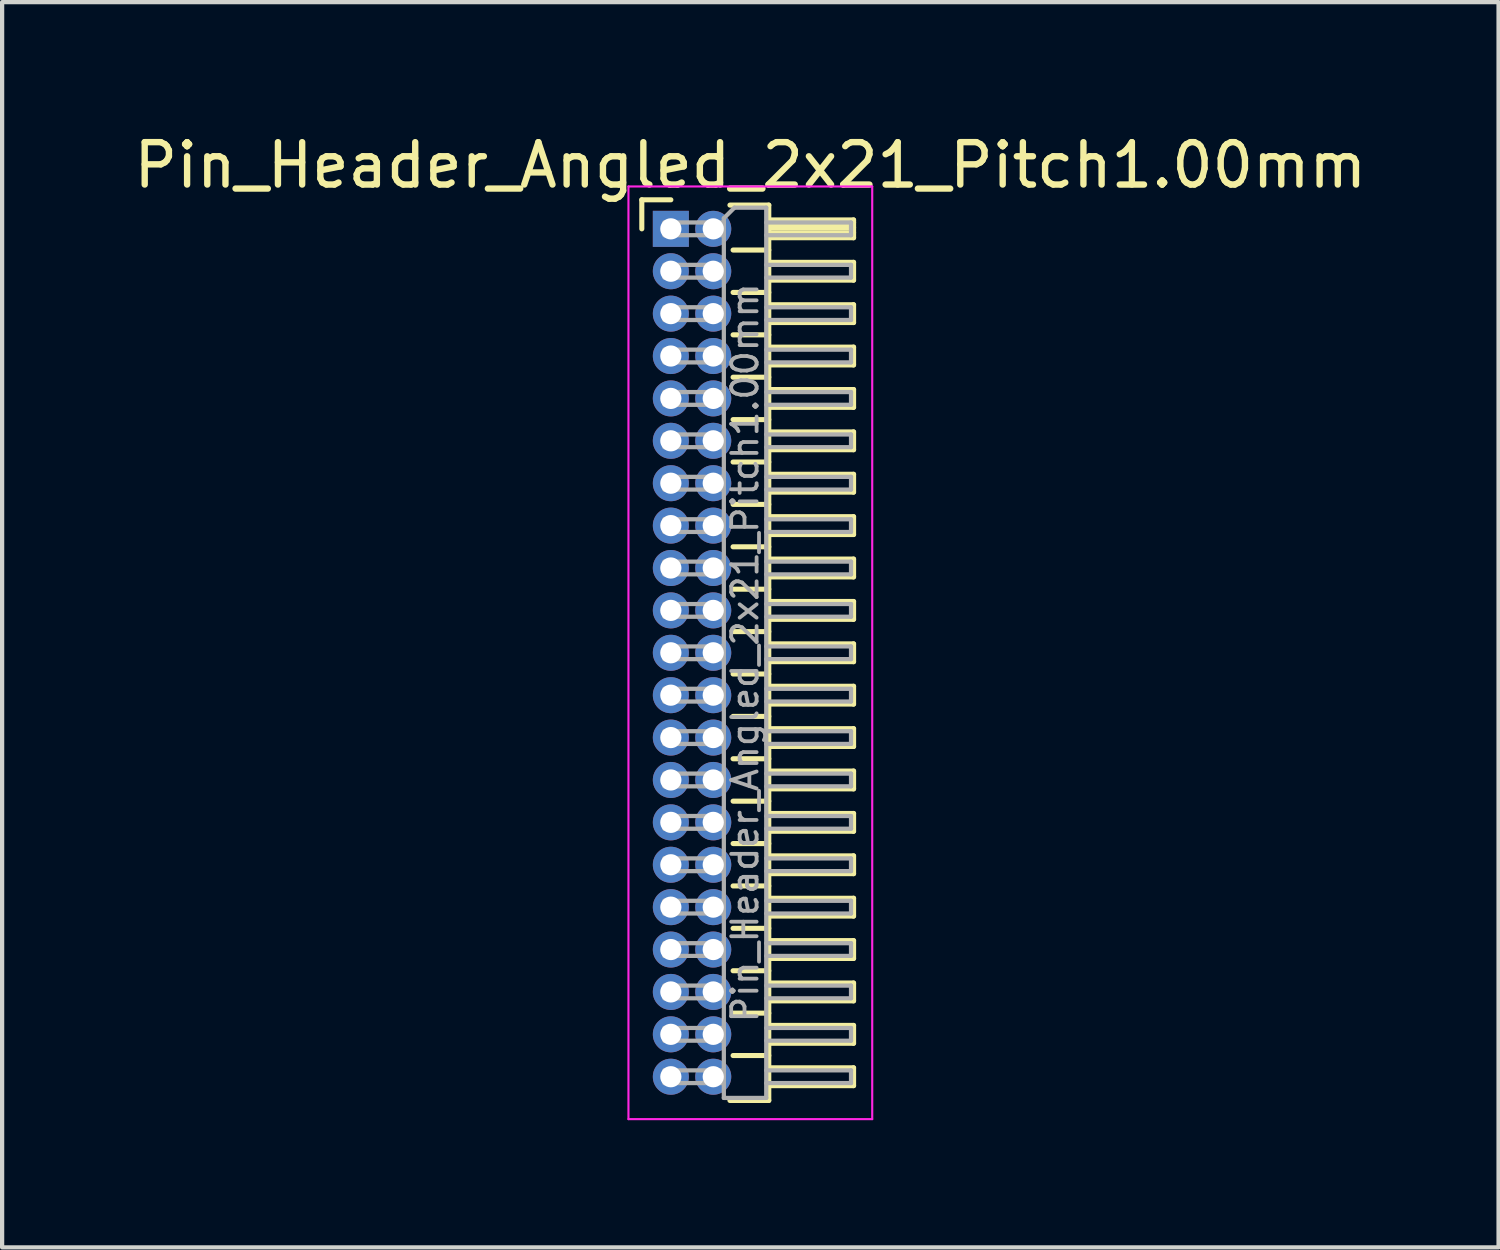
<source format=kicad_pcb>
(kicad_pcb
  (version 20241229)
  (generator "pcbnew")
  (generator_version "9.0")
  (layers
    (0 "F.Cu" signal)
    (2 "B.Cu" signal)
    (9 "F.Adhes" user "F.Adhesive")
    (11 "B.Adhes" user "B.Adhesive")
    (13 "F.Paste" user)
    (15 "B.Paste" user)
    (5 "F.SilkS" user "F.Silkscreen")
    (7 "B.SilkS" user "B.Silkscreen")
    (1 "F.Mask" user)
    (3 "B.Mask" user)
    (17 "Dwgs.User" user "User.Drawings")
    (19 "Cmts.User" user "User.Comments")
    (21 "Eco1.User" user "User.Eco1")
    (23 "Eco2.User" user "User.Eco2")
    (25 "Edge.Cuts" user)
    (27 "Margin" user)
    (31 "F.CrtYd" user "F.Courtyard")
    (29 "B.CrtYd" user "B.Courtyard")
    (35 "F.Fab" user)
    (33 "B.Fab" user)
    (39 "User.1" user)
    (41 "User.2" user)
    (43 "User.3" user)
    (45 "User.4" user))
  (footprint "Pin_Header_Angled_2x21_Pitch1.00mm"
    (layer "F.Cu")
    (at 12.774 2.348)
    (property "Reference" "Pin_Header_Angled_2x21_Pitch1.00mm" (at 1.875 -1.5 0) (layer "F.SilkS") (effects (font (size 1 1) (thickness 0.15))))
    (attr through_hole)
    (fp_line (start -0.685 -0.685) (end 0 -0.685) (stroke (width 0.12) (type solid)) (layer "F.SilkS"))
    (fp_line (start -0.685 0) (end -0.685 -0.685) (stroke (width 0.12) (type solid)) (layer "F.SilkS"))
    (fp_line (start 1.394 -0.56) (end 2.31 -0.56) (stroke (width 0.12) (type solid)) (layer "F.SilkS"))
    (fp_line (start 1.468 0.5) (end 2.31 0.5) (stroke (width 0.12) (type solid)) (layer "F.SilkS"))
    (fp_line (start 1.468 1.5) (end 2.31 1.5) (stroke (width 0.12) (type solid)) (layer "F.SilkS"))
    (fp_line (start 1.468 2.5) (end 2.31 2.5) (stroke (width 0.12) (type solid)) (layer "F.SilkS"))
    (fp_line (start 1.468 3.5) (end 2.31 3.5) (stroke (width 0.12) (type solid)) (layer "F.SilkS"))
    (fp_line (start 1.468 4.5) (end 2.31 4.5) (stroke (width 0.12) (type solid)) (layer "F.SilkS"))
    (fp_line (start 1.468 5.5) (end 2.31 5.5) (stroke (width 0.12) (type solid)) (layer "F.SilkS"))
    (fp_line (start 1.468 6.5) (end 2.31 6.5) (stroke (width 0.12) (type solid)) (layer "F.SilkS"))
    (fp_line (start 1.468 7.5) (end 2.31 7.5) (stroke (width 0.12) (type solid)) (layer "F.SilkS"))
    (fp_line (start 1.468 8.5) (end 2.31 8.5) (stroke (width 0.12) (type solid)) (layer "F.SilkS"))
    (fp_line (start 1.468 9.5) (end 2.31 9.5) (stroke (width 0.12) (type solid)) (layer "F.SilkS"))
    (fp_line (start 1.468 10.5) (end 2.31 10.5) (stroke (width 0.12) (type solid)) (layer "F.SilkS"))
    (fp_line (start 1.468 11.5) (end 2.31 11.5) (stroke (width 0.12) (type solid)) (layer "F.SilkS"))
    (fp_line (start 1.468 12.5) (end 2.31 12.5) (stroke (width 0.12) (type solid)) (layer "F.SilkS"))
    (fp_line (start 1.468 13.5) (end 2.31 13.5) (stroke (width 0.12) (type solid)) (layer "F.SilkS"))
    (fp_line (start 1.468 14.5) (end 2.31 14.5) (stroke (width 0.12) (type solid)) (layer "F.SilkS"))
    (fp_line (start 1.468 15.5) (end 2.31 15.5) (stroke (width 0.12) (type solid)) (layer "F.SilkS"))
    (fp_line (start 1.468 16.5) (end 2.31 16.5) (stroke (width 0.12) (type solid)) (layer "F.SilkS"))
    (fp_line (start 1.468 17.5) (end 2.31 17.5) (stroke (width 0.12) (type solid)) (layer "F.SilkS"))
    (fp_line (start 1.468 18.5) (end 2.31 18.5) (stroke (width 0.12) (type solid)) (layer "F.SilkS"))
    (fp_line (start 1.468 19.5) (end 2.31 19.5) (stroke (width 0.12) (type solid)) (layer "F.SilkS"))
    (fp_line (start 2.31 -0.56) (end 2.31 20.56) (stroke (width 0.12) (type solid)) (layer "F.SilkS"))
    (fp_line (start 2.31 -0.21) (end 4.31 -0.21) (stroke (width 0.12) (type solid)) (layer "F.SilkS"))
    (fp_line (start 2.31 -0.15) (end 4.31 -0.15) (stroke (width 0.12) (type solid)) (layer "F.SilkS"))
    (fp_line (start 2.31 -0.03) (end 4.31 -0.03) (stroke (width 0.12) (type solid)) (layer "F.SilkS"))
    (fp_line (start 2.31 0.09) (end 4.31 0.09) (stroke (width 0.12) (type solid)) (layer "F.SilkS"))
    (fp_line (start 2.31 0.79) (end 4.31 0.79) (stroke (width 0.12) (type solid)) (layer "F.SilkS"))
    (fp_line (start 2.31 1.79) (end 4.31 1.79) (stroke (width 0.12) (type solid)) (layer "F.SilkS"))
    (fp_line (start 2.31 2.79) (end 4.31 2.79) (stroke (width 0.12) (type solid)) (layer "F.SilkS"))
    (fp_line (start 2.31 3.79) (end 4.31 3.79) (stroke (width 0.12) (type solid)) (layer "F.SilkS"))
    (fp_line (start 2.31 4.79) (end 4.31 4.79) (stroke (width 0.12) (type solid)) (layer "F.SilkS"))
    (fp_line (start 2.31 5.79) (end 4.31 5.79) (stroke (width 0.12) (type solid)) (layer "F.SilkS"))
    (fp_line (start 2.31 6.79) (end 4.31 6.79) (stroke (width 0.12) (type solid)) (layer "F.SilkS"))
    (fp_line (start 2.31 7.79) (end 4.31 7.79) (stroke (width 0.12) (type solid)) (layer "F.SilkS"))
    (fp_line (start 2.31 8.79) (end 4.31 8.79) (stroke (width 0.12) (type solid)) (layer "F.SilkS"))
    (fp_line (start 2.31 9.79) (end 4.31 9.79) (stroke (width 0.12) (type solid)) (layer "F.SilkS"))
    (fp_line (start 2.31 10.79) (end 4.31 10.79) (stroke (width 0.12) (type solid)) (layer "F.SilkS"))
    (fp_line (start 2.31 11.79) (end 4.31 11.79) (stroke (width 0.12) (type solid)) (layer "F.SilkS"))
    (fp_line (start 2.31 12.79) (end 4.31 12.79) (stroke (width 0.12) (type solid)) (layer "F.SilkS"))
    (fp_line (start 2.31 13.79) (end 4.31 13.79) (stroke (width 0.12) (type solid)) (layer "F.SilkS"))
    (fp_line (start 2.31 14.79) (end 4.31 14.79) (stroke (width 0.12) (type solid)) (layer "F.SilkS"))
    (fp_line (start 2.31 15.79) (end 4.31 15.79) (stroke (width 0.12) (type solid)) (layer "F.SilkS"))
    (fp_line (start 2.31 16.79) (end 4.31 16.79) (stroke (width 0.12) (type solid)) (layer "F.SilkS"))
    (fp_line (start 2.31 17.79) (end 4.31 17.79) (stroke (width 0.12) (type solid)) (layer "F.SilkS"))
    (fp_line (start 2.31 18.79) (end 4.31 18.79) (stroke (width 0.12) (type solid)) (layer "F.SilkS"))
    (fp_line (start 2.31 19.79) (end 4.31 19.79) (stroke (width 0.12) (type solid)) (layer "F.SilkS"))
    (fp_line (start 2.31 20.56) (end 1.394 20.56) (stroke (width 0.12) (type solid)) (layer "F.SilkS"))
    (fp_line (start 4.31 -0.21) (end 4.31 0.21) (stroke (width 0.12) (type solid)) (layer "F.SilkS"))
    (fp_line (start 4.31 0.21) (end 2.31 0.21) (stroke (width 0.12) (type solid)) (layer "F.SilkS"))
    (fp_line (start 4.31 0.79) (end 4.31 1.21) (stroke (width 0.12) (type solid)) (layer "F.SilkS"))
    (fp_line (start 4.31 1.21) (end 2.31 1.21) (stroke (width 0.12) (type solid)) (layer "F.SilkS"))
    (fp_line (start 4.31 1.79) (end 4.31 2.21) (stroke (width 0.12) (type solid)) (layer "F.SilkS"))
    (fp_line (start 4.31 2.21) (end 2.31 2.21) (stroke (width 0.12) (type solid)) (layer "F.SilkS"))
    (fp_line (start 4.31 2.79) (end 4.31 3.21) (stroke (width 0.12) (type solid)) (layer "F.SilkS"))
    (fp_line (start 4.31 3.21) (end 2.31 3.21) (stroke (width 0.12) (type solid)) (layer "F.SilkS"))
    (fp_line (start 4.31 3.79) (end 4.31 4.21) (stroke (width 0.12) (type solid)) (layer "F.SilkS"))
    (fp_line (start 4.31 4.21) (end 2.31 4.21) (stroke (width 0.12) (type solid)) (layer "F.SilkS"))
    (fp_line (start 4.31 4.79) (end 4.31 5.21) (stroke (width 0.12) (type solid)) (layer "F.SilkS"))
    (fp_line (start 4.31 5.21) (end 2.31 5.21) (stroke (width 0.12) (type solid)) (layer "F.SilkS"))
    (fp_line (start 4.31 5.79) (end 4.31 6.21) (stroke (width 0.12) (type solid)) (layer "F.SilkS"))
    (fp_line (start 4.31 6.21) (end 2.31 6.21) (stroke (width 0.12) (type solid)) (layer "F.SilkS"))
    (fp_line (start 4.31 6.79) (end 4.31 7.21) (stroke (width 0.12) (type solid)) (layer "F.SilkS"))
    (fp_line (start 4.31 7.21) (end 2.31 7.21) (stroke (width 0.12) (type solid)) (layer "F.SilkS"))
    (fp_line (start 4.31 7.79) (end 4.31 8.21) (stroke (width 0.12) (type solid)) (layer "F.SilkS"))
    (fp_line (start 4.31 8.21) (end 2.31 8.21) (stroke (width 0.12) (type solid)) (layer "F.SilkS"))
    (fp_line (start 4.31 8.79) (end 4.31 9.21) (stroke (width 0.12) (type solid)) (layer "F.SilkS"))
    (fp_line (start 4.31 9.21) (end 2.31 9.21) (stroke (width 0.12) (type solid)) (layer "F.SilkS"))
    (fp_line (start 4.31 9.79) (end 4.31 10.21) (stroke (width 0.12) (type solid)) (layer "F.SilkS"))
    (fp_line (start 4.31 10.21) (end 2.31 10.21) (stroke (width 0.12) (type solid)) (layer "F.SilkS"))
    (fp_line (start 4.31 10.79) (end 4.31 11.21) (stroke (width 0.12) (type solid)) (layer "F.SilkS"))
    (fp_line (start 4.31 11.21) (end 2.31 11.21) (stroke (width 0.12) (type solid)) (layer "F.SilkS"))
    (fp_line (start 4.31 11.79) (end 4.31 12.21) (stroke (width 0.12) (type solid)) (layer "F.SilkS"))
    (fp_line (start 4.31 12.21) (end 2.31 12.21) (stroke (width 0.12) (type solid)) (layer "F.SilkS"))
    (fp_line (start 4.31 12.79) (end 4.31 13.21) (stroke (width 0.12) (type solid)) (layer "F.SilkS"))
    (fp_line (start 4.31 13.21) (end 2.31 13.21) (stroke (width 0.12) (type solid)) (layer "F.SilkS"))
    (fp_line (start 4.31 13.79) (end 4.31 14.21) (stroke (width 0.12) (type solid)) (layer "F.SilkS"))
    (fp_line (start 4.31 14.21) (end 2.31 14.21) (stroke (width 0.12) (type solid)) (layer "F.SilkS"))
    (fp_line (start 4.31 14.79) (end 4.31 15.21) (stroke (width 0.12) (type solid)) (layer "F.SilkS"))
    (fp_line (start 4.31 15.21) (end 2.31 15.21) (stroke (width 0.12) (type solid)) (layer "F.SilkS"))
    (fp_line (start 4.31 15.79) (end 4.31 16.21) (stroke (width 0.12) (type solid)) (layer "F.SilkS"))
    (fp_line (start 4.31 16.21) (end 2.31 16.21) (stroke (width 0.12) (type solid)) (layer "F.SilkS"))
    (fp_line (start 4.31 16.79) (end 4.31 17.21) (stroke (width 0.12) (type solid)) (layer "F.SilkS"))
    (fp_line (start 4.31 17.21) (end 2.31 17.21) (stroke (width 0.12) (type solid)) (layer "F.SilkS"))
    (fp_line (start 4.31 17.79) (end 4.31 18.21) (stroke (width 0.12) (type solid)) (layer "F.SilkS"))
    (fp_line (start 4.31 18.21) (end 2.31 18.21) (stroke (width 0.12) (type solid)) (layer "F.SilkS"))
    (fp_line (start 4.31 18.79) (end 4.31 19.21) (stroke (width 0.12) (type solid)) (layer "F.SilkS"))
    (fp_line (start 4.31 19.21) (end 2.31 19.21) (stroke (width 0.12) (type solid)) (layer "F.SilkS"))
    (fp_line (start 4.31 19.79) (end 4.31 20.21) (stroke (width 0.12) (type solid)) (layer "F.SilkS"))
    (fp_line (start 4.31 20.21) (end 2.31 20.21) (stroke (width 0.12) (type solid)) (layer "F.SilkS"))
    (fp_line (start -1 -1) (end -1 21) (stroke (width 0.05) (type solid)) (layer "F.CrtYd"))
    (fp_line (start -1 21) (end 4.75 21) (stroke (width 0.05) (type solid)) (layer "F.CrtYd"))
    (fp_line (start 4.75 -1) (end -1 -1) (stroke (width 0.05) (type solid)) (layer "F.CrtYd"))
    (fp_line (start 4.75 21) (end 4.75 -1) (stroke (width 0.05) (type solid)) (layer "F.CrtYd"))
    (fp_line (start -0.15 -0.15) (end -0.15 0.15) (stroke (width 0.1) (type solid)) (layer "F.Fab"))
    (fp_line (start -0.15 -0.15) (end 1.25 -0.15) (stroke (width 0.1) (type solid)) (layer "F.Fab"))
    (fp_line (start -0.15 0.15) (end 1.25 0.15) (stroke (width 0.1) (type solid)) (layer "F.Fab"))
    (fp_line (start -0.15 0.85) (end -0.15 1.15) (stroke (width 0.1) (type solid)) (layer "F.Fab"))
    (fp_line (start -0.15 0.85) (end 1.25 0.85) (stroke (width 0.1) (type solid)) (layer "F.Fab"))
    (fp_line (start -0.15 1.15) (end 1.25 1.15) (stroke (width 0.1) (type solid)) (layer "F.Fab"))
    (fp_line (start -0.15 1.85) (end -0.15 2.15) (stroke (width 0.1) (type solid)) (layer "F.Fab"))
    (fp_line (start -0.15 1.85) (end 1.25 1.85) (stroke (width 0.1) (type solid)) (layer "F.Fab"))
    (fp_line (start -0.15 2.15) (end 1.25 2.15) (stroke (width 0.1) (type solid)) (layer "F.Fab"))
    (fp_line (start -0.15 2.85) (end -0.15 3.15) (stroke (width 0.1) (type solid)) (layer "F.Fab"))
    (fp_line (start -0.15 2.85) (end 1.25 2.85) (stroke (width 0.1) (type solid)) (layer "F.Fab"))
    (fp_line (start -0.15 3.15) (end 1.25 3.15) (stroke (width 0.1) (type solid)) (layer "F.Fab"))
    (fp_line (start -0.15 3.85) (end -0.15 4.15) (stroke (width 0.1) (type solid)) (layer "F.Fab"))
    (fp_line (start -0.15 3.85) (end 1.25 3.85) (stroke (width 0.1) (type solid)) (layer "F.Fab"))
    (fp_line (start -0.15 4.15) (end 1.25 4.15) (stroke (width 0.1) (type solid)) (layer "F.Fab"))
    (fp_line (start -0.15 4.85) (end -0.15 5.15) (stroke (width 0.1) (type solid)) (layer "F.Fab"))
    (fp_line (start -0.15 4.85) (end 1.25 4.85) (stroke (width 0.1) (type solid)) (layer "F.Fab"))
    (fp_line (start -0.15 5.15) (end 1.25 5.15) (stroke (width 0.1) (type solid)) (layer "F.Fab"))
    (fp_line (start -0.15 5.85) (end -0.15 6.15) (stroke (width 0.1) (type solid)) (layer "F.Fab"))
    (fp_line (start -0.15 5.85) (end 1.25 5.85) (stroke (width 0.1) (type solid)) (layer "F.Fab"))
    (fp_line (start -0.15 6.15) (end 1.25 6.15) (stroke (width 0.1) (type solid)) (layer "F.Fab"))
    (fp_line (start -0.15 6.85) (end -0.15 7.15) (stroke (width 0.1) (type solid)) (layer "F.Fab"))
    (fp_line (start -0.15 6.85) (end 1.25 6.85) (stroke (width 0.1) (type solid)) (layer "F.Fab"))
    (fp_line (start -0.15 7.15) (end 1.25 7.15) (stroke (width 0.1) (type solid)) (layer "F.Fab"))
    (fp_line (start -0.15 7.85) (end -0.15 8.15) (stroke (width 0.1) (type solid)) (layer "F.Fab"))
    (fp_line (start -0.15 7.85) (end 1.25 7.85) (stroke (width 0.1) (type solid)) (layer "F.Fab"))
    (fp_line (start -0.15 8.15) (end 1.25 8.15) (stroke (width 0.1) (type solid)) (layer "F.Fab"))
    (fp_line (start -0.15 8.85) (end -0.15 9.15) (stroke (width 0.1) (type solid)) (layer "F.Fab"))
    (fp_line (start -0.15 8.85) (end 1.25 8.85) (stroke (width 0.1) (type solid)) (layer "F.Fab"))
    (fp_line (start -0.15 9.15) (end 1.25 9.15) (stroke (width 0.1) (type solid)) (layer "F.Fab"))
    (fp_line (start -0.15 9.85) (end -0.15 10.15) (stroke (width 0.1) (type solid)) (layer "F.Fab"))
    (fp_line (start -0.15 9.85) (end 1.25 9.85) (stroke (width 0.1) (type solid)) (layer "F.Fab"))
    (fp_line (start -0.15 10.15) (end 1.25 10.15) (stroke (width 0.1) (type solid)) (layer "F.Fab"))
    (fp_line (start -0.15 10.85) (end -0.15 11.15) (stroke (width 0.1) (type solid)) (layer "F.Fab"))
    (fp_line (start -0.15 10.85) (end 1.25 10.85) (stroke (width 0.1) (type solid)) (layer "F.Fab"))
    (fp_line (start -0.15 11.15) (end 1.25 11.15) (stroke (width 0.1) (type solid)) (layer "F.Fab"))
    (fp_line (start -0.15 11.85) (end -0.15 12.15) (stroke (width 0.1) (type solid)) (layer "F.Fab"))
    (fp_line (start -0.15 11.85) (end 1.25 11.85) (stroke (width 0.1) (type solid)) (layer "F.Fab"))
    (fp_line (start -0.15 12.15) (end 1.25 12.15) (stroke (width 0.1) (type solid)) (layer "F.Fab"))
    (fp_line (start -0.15 12.85) (end -0.15 13.15) (stroke (width 0.1) (type solid)) (layer "F.Fab"))
    (fp_line (start -0.15 12.85) (end 1.25 12.85) (stroke (width 0.1) (type solid)) (layer "F.Fab"))
    (fp_line (start -0.15 13.15) (end 1.25 13.15) (stroke (width 0.1) (type solid)) (layer "F.Fab"))
    (fp_line (start -0.15 13.85) (end -0.15 14.15) (stroke (width 0.1) (type solid)) (layer "F.Fab"))
    (fp_line (start -0.15 13.85) (end 1.25 13.85) (stroke (width 0.1) (type solid)) (layer "F.Fab"))
    (fp_line (start -0.15 14.15) (end 1.25 14.15) (stroke (width 0.1) (type solid)) (layer "F.Fab"))
    (fp_line (start -0.15 14.85) (end -0.15 15.15) (stroke (width 0.1) (type solid)) (layer "F.Fab"))
    (fp_line (start -0.15 14.85) (end 1.25 14.85) (stroke (width 0.1) (type solid)) (layer "F.Fab"))
    (fp_line (start -0.15 15.15) (end 1.25 15.15) (stroke (width 0.1) (type solid)) (layer "F.Fab"))
    (fp_line (start -0.15 15.85) (end -0.15 16.15) (stroke (width 0.1) (type solid)) (layer "F.Fab"))
    (fp_line (start -0.15 15.85) (end 1.25 15.85) (stroke (width 0.1) (type solid)) (layer "F.Fab"))
    (fp_line (start -0.15 16.15) (end 1.25 16.15) (stroke (width 0.1) (type solid)) (layer "F.Fab"))
    (fp_line (start -0.15 16.85) (end -0.15 17.15) (stroke (width 0.1) (type solid)) (layer "F.Fab"))
    (fp_line (start -0.15 16.85) (end 1.25 16.85) (stroke (width 0.1) (type solid)) (layer "F.Fab"))
    (fp_line (start -0.15 17.15) (end 1.25 17.15) (stroke (width 0.1) (type solid)) (layer "F.Fab"))
    (fp_line (start -0.15 17.85) (end -0.15 18.15) (stroke (width 0.1) (type solid)) (layer "F.Fab"))
    (fp_line (start -0.15 17.85) (end 1.25 17.85) (stroke (width 0.1) (type solid)) (layer "F.Fab"))
    (fp_line (start -0.15 18.15) (end 1.25 18.15) (stroke (width 0.1) (type solid)) (layer "F.Fab"))
    (fp_line (start -0.15 18.85) (end -0.15 19.15) (stroke (width 0.1) (type solid)) (layer "F.Fab"))
    (fp_line (start -0.15 18.85) (end 1.25 18.85) (stroke (width 0.1) (type solid)) (layer "F.Fab"))
    (fp_line (start -0.15 19.15) (end 1.25 19.15) (stroke (width 0.1) (type solid)) (layer "F.Fab"))
    (fp_line (start -0.15 19.85) (end -0.15 20.15) (stroke (width 0.1) (type solid)) (layer "F.Fab"))
    (fp_line (start -0.15 19.85) (end 1.25 19.85) (stroke (width 0.1) (type solid)) (layer "F.Fab"))
    (fp_line (start -0.15 20.15) (end 1.25 20.15) (stroke (width 0.1) (type solid)) (layer "F.Fab"))
    (fp_line (start 1.25 -0.25) (end 1.5 -0.5) (stroke (width 0.1) (type solid)) (layer "F.Fab"))
    (fp_line (start 1.25 20.5) (end 1.25 -0.25) (stroke (width 0.1) (type solid)) (layer "F.Fab"))
    (fp_line (start 1.5 -0.5) (end 2.25 -0.5) (stroke (width 0.1) (type solid)) (layer "F.Fab"))
    (fp_line (start 2.25 -0.5) (end 2.25 20.5) (stroke (width 0.1) (type solid)) (layer "F.Fab"))
    (fp_line (start 2.25 -0.15) (end 4.25 -0.15) (stroke (width 0.1) (type solid)) (layer "F.Fab"))
    (fp_line (start 2.25 0.15) (end 4.25 0.15) (stroke (width 0.1) (type solid)) (layer "F.Fab"))
    (fp_line (start 2.25 0.85) (end 4.25 0.85) (stroke (width 0.1) (type solid)) (layer "F.Fab"))
    (fp_line (start 2.25 1.15) (end 4.25 1.15) (stroke (width 0.1) (type solid)) (layer "F.Fab"))
    (fp_line (start 2.25 1.85) (end 4.25 1.85) (stroke (width 0.1) (type solid)) (layer "F.Fab"))
    (fp_line (start 2.25 2.15) (end 4.25 2.15) (stroke (width 0.1) (type solid)) (layer "F.Fab"))
    (fp_line (start 2.25 2.85) (end 4.25 2.85) (stroke (width 0.1) (type solid)) (layer "F.Fab"))
    (fp_line (start 2.25 3.15) (end 4.25 3.15) (stroke (width 0.1) (type solid)) (layer "F.Fab"))
    (fp_line (start 2.25 3.85) (end 4.25 3.85) (stroke (width 0.1) (type solid)) (layer "F.Fab"))
    (fp_line (start 2.25 4.15) (end 4.25 4.15) (stroke (width 0.1) (type solid)) (layer "F.Fab"))
    (fp_line (start 2.25 4.85) (end 4.25 4.85) (stroke (width 0.1) (type solid)) (layer "F.Fab"))
    (fp_line (start 2.25 5.15) (end 4.25 5.15) (stroke (width 0.1) (type solid)) (layer "F.Fab"))
    (fp_line (start 2.25 5.85) (end 4.25 5.85) (stroke (width 0.1) (type solid)) (layer "F.Fab"))
    (fp_line (start 2.25 6.15) (end 4.25 6.15) (stroke (width 0.1) (type solid)) (layer "F.Fab"))
    (fp_line (start 2.25 6.85) (end 4.25 6.85) (stroke (width 0.1) (type solid)) (layer "F.Fab"))
    (fp_line (start 2.25 7.15) (end 4.25 7.15) (stroke (width 0.1) (type solid)) (layer "F.Fab"))
    (fp_line (start 2.25 7.85) (end 4.25 7.85) (stroke (width 0.1) (type solid)) (layer "F.Fab"))
    (fp_line (start 2.25 8.15) (end 4.25 8.15) (stroke (width 0.1) (type solid)) (layer "F.Fab"))
    (fp_line (start 2.25 8.85) (end 4.25 8.85) (stroke (width 0.1) (type solid)) (layer "F.Fab"))
    (fp_line (start 2.25 9.15) (end 4.25 9.15) (stroke (width 0.1) (type solid)) (layer "F.Fab"))
    (fp_line (start 2.25 9.85) (end 4.25 9.85) (stroke (width 0.1) (type solid)) (layer "F.Fab"))
    (fp_line (start 2.25 10.15) (end 4.25 10.15) (stroke (width 0.1) (type solid)) (layer "F.Fab"))
    (fp_line (start 2.25 10.85) (end 4.25 10.85) (stroke (width 0.1) (type solid)) (layer "F.Fab"))
    (fp_line (start 2.25 11.15) (end 4.25 11.15) (stroke (width 0.1) (type solid)) (layer "F.Fab"))
    (fp_line (start 2.25 11.85) (end 4.25 11.85) (stroke (width 0.1) (type solid)) (layer "F.Fab"))
    (fp_line (start 2.25 12.15) (end 4.25 12.15) (stroke (width 0.1) (type solid)) (layer "F.Fab"))
    (fp_line (start 2.25 12.85) (end 4.25 12.85) (stroke (width 0.1) (type solid)) (layer "F.Fab"))
    (fp_line (start 2.25 13.15) (end 4.25 13.15) (stroke (width 0.1) (type solid)) (layer "F.Fab"))
    (fp_line (start 2.25 13.85) (end 4.25 13.85) (stroke (width 0.1) (type solid)) (layer "F.Fab"))
    (fp_line (start 2.25 14.15) (end 4.25 14.15) (stroke (width 0.1) (type solid)) (layer "F.Fab"))
    (fp_line (start 2.25 14.85) (end 4.25 14.85) (stroke (width 0.1) (type solid)) (layer "F.Fab"))
    (fp_line (start 2.25 15.15) (end 4.25 15.15) (stroke (width 0.1) (type solid)) (layer "F.Fab"))
    (fp_line (start 2.25 15.85) (end 4.25 15.85) (stroke (width 0.1) (type solid)) (layer "F.Fab"))
    (fp_line (start 2.25 16.15) (end 4.25 16.15) (stroke (width 0.1) (type solid)) (layer "F.Fab"))
    (fp_line (start 2.25 16.85) (end 4.25 16.85) (stroke (width 0.1) (type solid)) (layer "F.Fab"))
    (fp_line (start 2.25 17.15) (end 4.25 17.15) (stroke (width 0.1) (type solid)) (layer "F.Fab"))
    (fp_line (start 2.25 17.85) (end 4.25 17.85) (stroke (width 0.1) (type solid)) (layer "F.Fab"))
    (fp_line (start 2.25 18.15) (end 4.25 18.15) (stroke (width 0.1) (type solid)) (layer "F.Fab"))
    (fp_line (start 2.25 18.85) (end 4.25 18.85) (stroke (width 0.1) (type solid)) (layer "F.Fab"))
    (fp_line (start 2.25 19.15) (end 4.25 19.15) (stroke (width 0.1) (type solid)) (layer "F.Fab"))
    (fp_line (start 2.25 19.85) (end 4.25 19.85) (stroke (width 0.1) (type solid)) (layer "F.Fab"))
    (fp_line (start 2.25 20.15) (end 4.25 20.15) (stroke (width 0.1) (type solid)) (layer "F.Fab"))
    (fp_line (start 2.25 20.5) (end 1.25 20.5) (stroke (width 0.1) (type solid)) (layer "F.Fab"))
    (fp_line (start 4.25 -0.15) (end 4.25 0.15) (stroke (width 0.1) (type solid)) (layer "F.Fab"))
    (fp_line (start 4.25 0.85) (end 4.25 1.15) (stroke (width 0.1) (type solid)) (layer "F.Fab"))
    (fp_line (start 4.25 1.85) (end 4.25 2.15) (stroke (width 0.1) (type solid)) (layer "F.Fab"))
    (fp_line (start 4.25 2.85) (end 4.25 3.15) (stroke (width 0.1) (type solid)) (layer "F.Fab"))
    (fp_line (start 4.25 3.85) (end 4.25 4.15) (stroke (width 0.1) (type solid)) (layer "F.Fab"))
    (fp_line (start 4.25 4.85) (end 4.25 5.15) (stroke (width 0.1) (type solid)) (layer "F.Fab"))
    (fp_line (start 4.25 5.85) (end 4.25 6.15) (stroke (width 0.1) (type solid)) (layer "F.Fab"))
    (fp_line (start 4.25 6.85) (end 4.25 7.15) (stroke (width 0.1) (type solid)) (layer "F.Fab"))
    (fp_line (start 4.25 7.85) (end 4.25 8.15) (stroke (width 0.1) (type solid)) (layer "F.Fab"))
    (fp_line (start 4.25 8.85) (end 4.25 9.15) (stroke (width 0.1) (type solid)) (layer "F.Fab"))
    (fp_line (start 4.25 9.85) (end 4.25 10.15) (stroke (width 0.1) (type solid)) (layer "F.Fab"))
    (fp_line (start 4.25 10.85) (end 4.25 11.15) (stroke (width 0.1) (type solid)) (layer "F.Fab"))
    (fp_line (start 4.25 11.85) (end 4.25 12.15) (stroke (width 0.1) (type solid)) (layer "F.Fab"))
    (fp_line (start 4.25 12.85) (end 4.25 13.15) (stroke (width 0.1) (type solid)) (layer "F.Fab"))
    (fp_line (start 4.25 13.85) (end 4.25 14.15) (stroke (width 0.1) (type solid)) (layer "F.Fab"))
    (fp_line (start 4.25 14.85) (end 4.25 15.15) (stroke (width 0.1) (type solid)) (layer "F.Fab"))
    (fp_line (start 4.25 15.85) (end 4.25 16.15) (stroke (width 0.1) (type solid)) (layer "F.Fab"))
    (fp_line (start 4.25 16.85) (end 4.25 17.15) (stroke (width 0.1) (type solid)) (layer "F.Fab"))
    (fp_line (start 4.25 17.85) (end 4.25 18.15) (stroke (width 0.1) (type solid)) (layer "F.Fab"))
    (fp_line (start 4.25 18.85) (end 4.25 19.15) (stroke (width 0.1) (type solid)) (layer "F.Fab"))
    (fp_line (start 4.25 19.85) (end 4.25 20.15) (stroke (width 0.1) (type solid)) (layer "F.Fab"))
    (fp_text user "${REFERENCE}" (at 1.75 10 90) (layer "F.Fab") (effects (font (size 0.6 0.6) (thickness 0.09))))
    (pad "1" thru_hole rect (at 0 0) (size 0.85 0.85) (drill 0.5) (layers "*.Cu" "*.Mask"))
    (pad "2" thru_hole oval (at 1 0) (size 0.85 0.85) (drill 0.5) (layers "*.Cu" "*.Mask"))
    (pad "3" thru_hole oval (at 0 1) (size 0.85 0.85) (drill 0.5) (layers "*.Cu" "*.Mask"))
    (pad "4" thru_hole oval (at 1 1) (size 0.85 0.85) (drill 0.5) (layers "*.Cu" "*.Mask"))
    (pad "5" thru_hole oval (at 0 2) (size 0.85 0.85) (drill 0.5) (layers "*.Cu" "*.Mask"))
    (pad "6" thru_hole oval (at 1 2) (size 0.85 0.85) (drill 0.5) (layers "*.Cu" "*.Mask"))
    (pad "7" thru_hole oval (at 0 3) (size 0.85 0.85) (drill 0.5) (layers "*.Cu" "*.Mask"))
    (pad "8" thru_hole oval (at 1 3) (size 0.85 0.85) (drill 0.5) (layers "*.Cu" "*.Mask"))
    (pad "9" thru_hole oval (at 0 4) (size 0.85 0.85) (drill 0.5) (layers "*.Cu" "*.Mask"))
    (pad "10" thru_hole oval (at 1 4) (size 0.85 0.85) (drill 0.5) (layers "*.Cu" "*.Mask"))
    (pad "11" thru_hole oval (at 0 5) (size 0.85 0.85) (drill 0.5) (layers "*.Cu" "*.Mask"))
    (pad "12" thru_hole oval (at 1 5) (size 0.85 0.85) (drill 0.5) (layers "*.Cu" "*.Mask"))
    (pad "13" thru_hole oval (at 0 6) (size 0.85 0.85) (drill 0.5) (layers "*.Cu" "*.Mask"))
    (pad "14" thru_hole oval (at 1 6) (size 0.85 0.85) (drill 0.5) (layers "*.Cu" "*.Mask"))
    (pad "15" thru_hole oval (at 0 7) (size 0.85 0.85) (drill 0.5) (layers "*.Cu" "*.Mask"))
    (pad "16" thru_hole oval (at 1 7) (size 0.85 0.85) (drill 0.5) (layers "*.Cu" "*.Mask"))
    (pad "17" thru_hole oval (at 0 8) (size 0.85 0.85) (drill 0.5) (layers "*.Cu" "*.Mask"))
    (pad "18" thru_hole oval (at 1 8) (size 0.85 0.85) (drill 0.5) (layers "*.Cu" "*.Mask"))
    (pad "19" thru_hole oval (at 0 9) (size 0.85 0.85) (drill 0.5) (layers "*.Cu" "*.Mask"))
    (pad "20" thru_hole oval (at 1 9) (size 0.85 0.85) (drill 0.5) (layers "*.Cu" "*.Mask"))
    (pad "21" thru_hole oval (at 0 10) (size 0.85 0.85) (drill 0.5) (layers "*.Cu" "*.Mask"))
    (pad "22" thru_hole oval (at 1 10) (size 0.85 0.85) (drill 0.5) (layers "*.Cu" "*.Mask"))
    (pad "23" thru_hole oval (at 0 11) (size 0.85 0.85) (drill 0.5) (layers "*.Cu" "*.Mask"))
    (pad "24" thru_hole oval (at 1 11) (size 0.85 0.85) (drill 0.5) (layers "*.Cu" "*.Mask"))
    (pad "25" thru_hole oval (at 0 12) (size 0.85 0.85) (drill 0.5) (layers "*.Cu" "*.Mask"))
    (pad "26" thru_hole oval (at 1 12) (size 0.85 0.85) (drill 0.5) (layers "*.Cu" "*.Mask"))
    (pad "27" thru_hole oval (at 0 13) (size 0.85 0.85) (drill 0.5) (layers "*.Cu" "*.Mask"))
    (pad "28" thru_hole oval (at 1 13) (size 0.85 0.85) (drill 0.5) (layers "*.Cu" "*.Mask"))
    (pad "29" thru_hole oval (at 0 14) (size 0.85 0.85) (drill 0.5) (layers "*.Cu" "*.Mask"))
    (pad "30" thru_hole oval (at 1 14) (size 0.85 0.85) (drill 0.5) (layers "*.Cu" "*.Mask"))
    (pad "31" thru_hole oval (at 0 15) (size 0.85 0.85) (drill 0.5) (layers "*.Cu" "*.Mask"))
    (pad "32" thru_hole oval (at 1 15) (size 0.85 0.85) (drill 0.5) (layers "*.Cu" "*.Mask"))
    (pad "33" thru_hole oval (at 0 16) (size 0.85 0.85) (drill 0.5) (layers "*.Cu" "*.Mask"))
    (pad "34" thru_hole oval (at 1 16) (size 0.85 0.85) (drill 0.5) (layers "*.Cu" "*.Mask"))
    (pad "35" thru_hole oval (at 0 17) (size 0.85 0.85) (drill 0.5) (layers "*.Cu" "*.Mask"))
    (pad "36" thru_hole oval (at 1 17) (size 0.85 0.85) (drill 0.5) (layers "*.Cu" "*.Mask"))
    (pad "37" thru_hole oval (at 0 18) (size 0.85 0.85) (drill 0.5) (layers "*.Cu" "*.Mask"))
    (pad "38" thru_hole oval (at 1 18) (size 0.85 0.85) (drill 0.5) (layers "*.Cu" "*.Mask"))
    (pad "39" thru_hole oval (at 0 19) (size 0.85 0.85) (drill 0.5) (layers "*.Cu" "*.Mask"))
    (pad "40" thru_hole oval (at 1 19) (size 0.85 0.85) (drill 0.5) (layers "*.Cu" "*.Mask"))
    (pad "41" thru_hole oval (at 0 20) (size 0.85 0.85) (drill 0.5) (layers "*.Cu" "*.Mask"))
    (pad "42" thru_hole oval (at 1 20) (size 0.85 0.85) (drill 0.5) (layers "*.Cu" "*.Mask")))
  (gr_rect
    (start -3 -3)
    (end 32.298 26.373)
    (stroke (width 0.1) (type default))
    (fill no)
    (layer "Edge.Cuts")))
</source>
